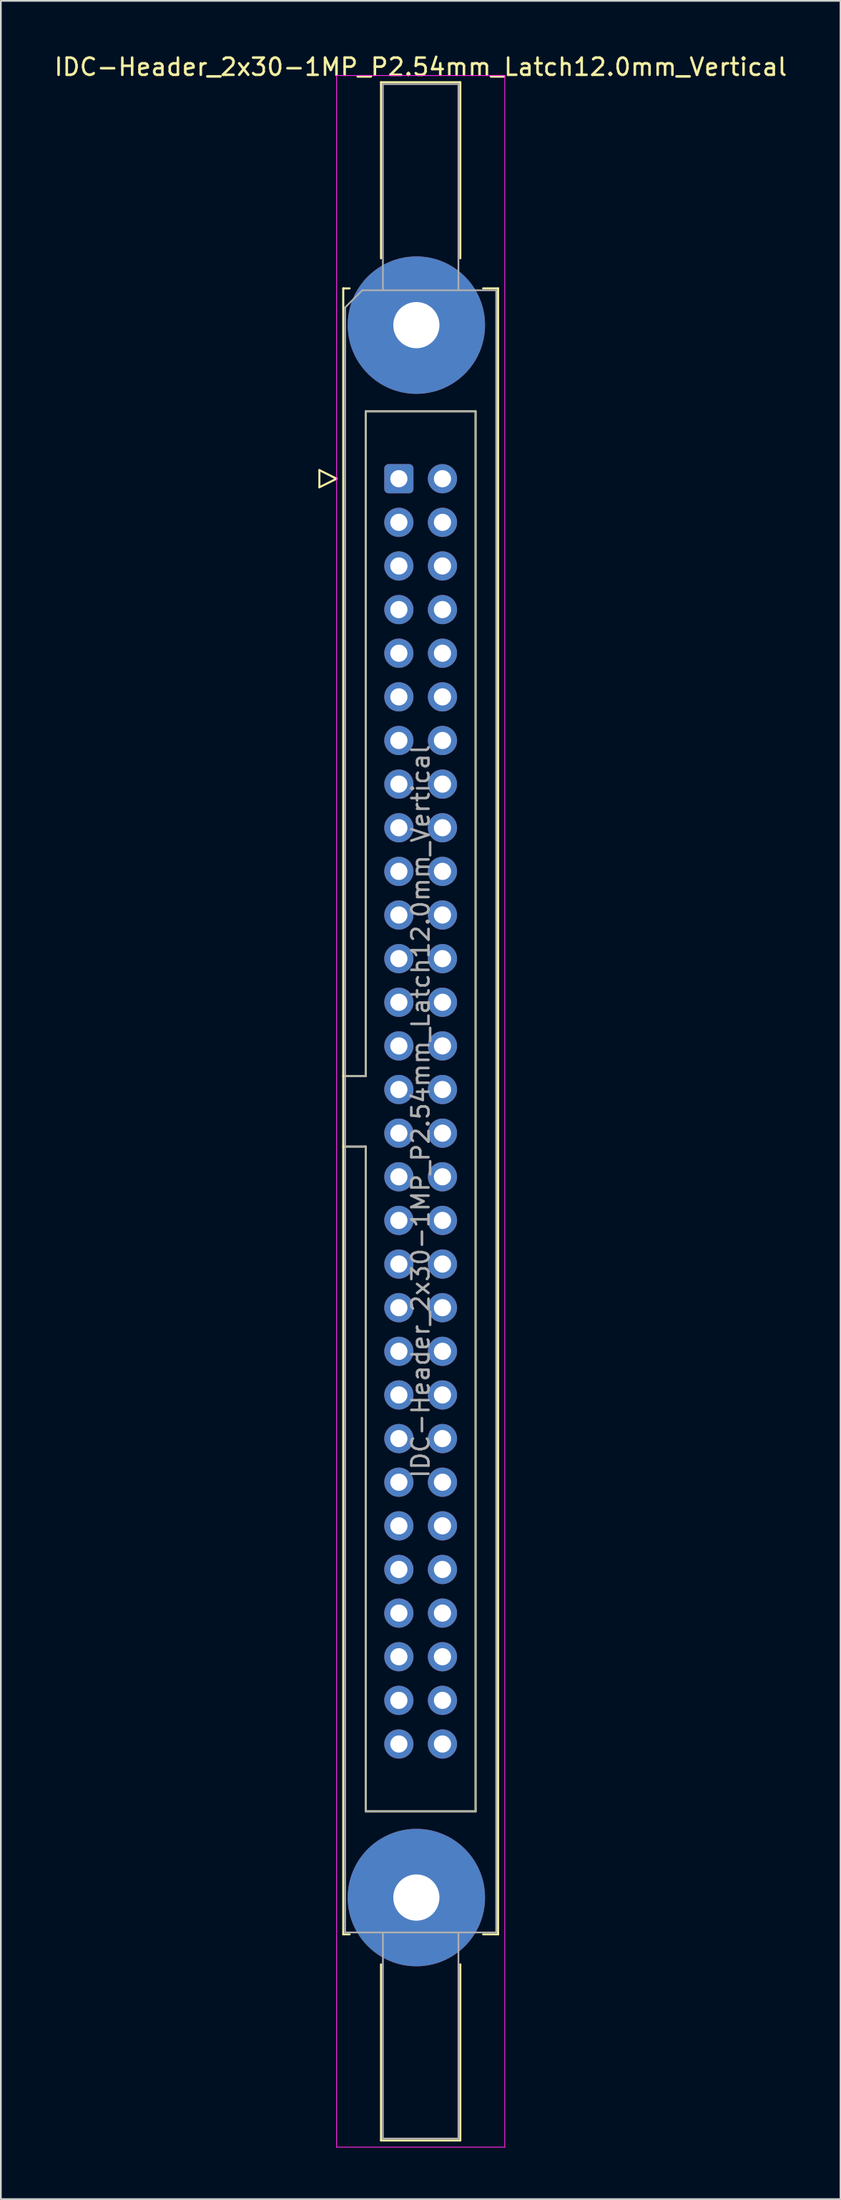
<source format=kicad_pcb>
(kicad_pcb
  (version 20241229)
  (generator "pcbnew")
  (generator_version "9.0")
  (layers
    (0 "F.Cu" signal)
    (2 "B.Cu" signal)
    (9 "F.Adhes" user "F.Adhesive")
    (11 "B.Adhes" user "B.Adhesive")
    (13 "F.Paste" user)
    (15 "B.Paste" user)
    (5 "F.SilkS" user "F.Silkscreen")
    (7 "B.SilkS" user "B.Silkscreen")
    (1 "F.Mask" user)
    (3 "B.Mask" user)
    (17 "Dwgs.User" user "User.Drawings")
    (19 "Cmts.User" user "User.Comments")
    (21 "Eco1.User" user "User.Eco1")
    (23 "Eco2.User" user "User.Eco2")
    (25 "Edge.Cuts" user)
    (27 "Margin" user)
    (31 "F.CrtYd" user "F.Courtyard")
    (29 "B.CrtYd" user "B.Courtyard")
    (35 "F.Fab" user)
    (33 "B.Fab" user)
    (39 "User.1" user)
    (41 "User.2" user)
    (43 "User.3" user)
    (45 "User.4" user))
  (footprint "IDC-Header_2x30-1MP_P2.54mm_Latch12.0mm_Vertical"
    (layer "F.Cu")
    (at 20.188 24.818)
    (property "Reference" "IDC-Header_2x30-1MP_P2.54mm_Latch12.0mm_Vertical" (at 1.27 -23.97 0) (layer "F.SilkS") (effects (font (size 1 1) (thickness 0.15))))
    (attr through_hole)
    (fp_line (start -4.63 -0.5) (end -4.63 0.5) (stroke (width 0.12) (type solid)) (layer "F.SilkS"))
    (fp_line (start -4.63 0.5) (end -3.63 0) (stroke (width 0.12) (type solid)) (layer "F.SilkS"))
    (fp_line (start -3.63 0) (end -4.63 -0.5) (stroke (width 0.12) (type solid)) (layer "F.SilkS"))
    (fp_line (start -3.24 -11.08) (end -3.24 84.74) (stroke (width 0.12) (type solid)) (layer "F.SilkS"))
    (fp_line (start -3.24 34.78) (end -1.93 34.78) (stroke (width 0.12) (type solid)) (layer "F.SilkS"))
    (fp_line (start -3.24 84.74) (end -2.87 84.74) (stroke (width 0.12) (type solid)) (layer "F.SilkS"))
    (fp_line (start -2.87 -11.08) (end -3.24 -11.08) (stroke (width 0.12) (type solid)) (layer "F.SilkS"))
    (fp_line (start -1.93 -3.92) (end 4.47 -3.92) (stroke (width 0.12) (type solid)) (layer "F.SilkS"))
    (fp_line (start -1.93 34.78) (end -1.93 -3.92) (stroke (width 0.12) (type solid)) (layer "F.SilkS"))
    (fp_line (start -1.93 38.88) (end -3.24 38.88) (stroke (width 0.12) (type solid)) (layer "F.SilkS"))
    (fp_line (start -1.93 38.88) (end -1.93 38.88) (stroke (width 0.12) (type solid)) (layer "F.SilkS"))
    (fp_line (start -1.93 77.58) (end -1.93 38.88) (stroke (width 0.12) (type solid)) (layer "F.SilkS"))
    (fp_line (start -1.04 -23.08) (end 3.58 -23.08) (stroke (width 0.12) (type solid)) (layer "F.SilkS"))
    (fp_line (start -1.04 -12.83) (end -1.04 -23.08) (stroke (width 0.12) (type solid)) (layer "F.SilkS"))
    (fp_line (start -1.04 86.49) (end -1.04 96.74) (stroke (width 0.12) (type solid)) (layer "F.SilkS"))
    (fp_line (start -1.04 96.74) (end 3.58 96.74) (stroke (width 0.12) (type solid)) (layer "F.SilkS"))
    (fp_line (start 3.58 -23.08) (end 3.58 -12.83) (stroke (width 0.12) (type solid)) (layer "F.SilkS"))
    (fp_line (start 3.58 96.74) (end 3.58 86.49) (stroke (width 0.12) (type solid)) (layer "F.SilkS"))
    (fp_line (start 4.47 -3.92) (end 4.47 77.58) (stroke (width 0.12) (type solid)) (layer "F.SilkS"))
    (fp_line (start 4.47 77.58) (end -1.93 77.58) (stroke (width 0.12) (type solid)) (layer "F.SilkS"))
    (fp_line (start 4.91 -11.08) (end 5.78 -11.08) (stroke (width 0.12) (type solid)) (layer "F.SilkS"))
    (fp_line (start 5.78 -11.08) (end 5.78 84.74) (stroke (width 0.12) (type solid)) (layer "F.SilkS"))
    (fp_line (start 5.78 84.74) (end 4.91 84.74) (stroke (width 0.12) (type solid)) (layer "F.SilkS"))
    (fp_line (start -3.63 -23.47) (end -3.63 97.13) (stroke (width 0.05) (type solid)) (layer "F.CrtYd"))
    (fp_line (start -3.63 97.13) (end 6.17 97.13) (stroke (width 0.05) (type solid)) (layer "F.CrtYd"))
    (fp_line (start 6.17 -23.47) (end -3.63 -23.47) (stroke (width 0.05) (type solid)) (layer "F.CrtYd"))
    (fp_line (start 6.17 97.13) (end 6.17 -23.47) (stroke (width 0.05) (type solid)) (layer "F.CrtYd"))
    (fp_line (start -3.13 -9.97) (end -2.13 -10.97) (stroke (width 0.1) (type solid)) (layer "F.Fab"))
    (fp_line (start -3.13 34.78) (end -1.93 34.78) (stroke (width 0.1) (type solid)) (layer "F.Fab"))
    (fp_line (start -3.13 84.63) (end -3.13 -9.97) (stroke (width 0.1) (type solid)) (layer "F.Fab"))
    (fp_line (start -2.13 -10.97) (end 5.67 -10.97) (stroke (width 0.1) (type solid)) (layer "F.Fab"))
    (fp_line (start -1.93 -3.92) (end 4.47 -3.92) (stroke (width 0.1) (type solid)) (layer "F.Fab"))
    (fp_line (start -1.93 34.78) (end -1.93 -3.92) (stroke (width 0.1) (type solid)) (layer "F.Fab"))
    (fp_line (start -1.93 38.88) (end -3.13 38.88) (stroke (width 0.1) (type solid)) (layer "F.Fab"))
    (fp_line (start -1.93 38.88) (end -1.93 38.88) (stroke (width 0.1) (type solid)) (layer "F.Fab"))
    (fp_line (start -1.93 77.58) (end -1.93 38.88) (stroke (width 0.1) (type solid)) (layer "F.Fab"))
    (fp_line (start -0.93 -22.97) (end 3.47 -22.97) (stroke (width 0.1) (type solid)) (layer "F.Fab"))
    (fp_line (start -0.93 -10.97) (end -0.93 -22.97) (stroke (width 0.1) (type solid)) (layer "F.Fab"))
    (fp_line (start -0.93 84.63) (end -0.93 96.63) (stroke (width 0.1) (type solid)) (layer "F.Fab"))
    (fp_line (start -0.93 96.63) (end 3.47 96.63) (stroke (width 0.1) (type solid)) (layer "F.Fab"))
    (fp_line (start 3.47 -22.97) (end 3.47 -10.97) (stroke (width 0.1) (type solid)) (layer "F.Fab"))
    (fp_line (start 3.47 96.63) (end 3.47 84.63) (stroke (width 0.1) (type solid)) (layer "F.Fab"))
    (fp_line (start 4.47 -3.92) (end 4.47 77.58) (stroke (width 0.1) (type solid)) (layer "F.Fab"))
    (fp_line (start 4.47 77.58) (end -1.93 77.58) (stroke (width 0.1) (type solid)) (layer "F.Fab"))
    (fp_line (start 5.67 -10.97) (end 5.67 84.63) (stroke (width 0.1) (type solid)) (layer "F.Fab"))
    (fp_line (start 5.67 84.63) (end -3.13 84.63) (stroke (width 0.1) (type solid)) (layer "F.Fab"))
    (fp_text user "${REFERENCE}" (at 1.27 36.83 90) (layer "F.Fab") (effects (font (size 1 1) (thickness 0.15))))
    (pad "1" thru_hole roundrect (at 0 0) (size 1.7 1.7) (drill 1) (layers "*.Cu" "*.Mask") (roundrect_rratio 0.147))
    (pad "2" thru_hole circle (at 2.54 0) (size 1.7 1.7) (drill 1) (layers "*.Cu" "*.Mask"))
    (pad "3" thru_hole circle (at 0 2.54) (size 1.7 1.7) (drill 1) (layers "*.Cu" "*.Mask"))
    (pad "4" thru_hole circle (at 2.54 2.54) (size 1.7 1.7) (drill 1) (layers "*.Cu" "*.Mask"))
    (pad "5" thru_hole circle (at 0 5.08) (size 1.7 1.7) (drill 1) (layers "*.Cu" "*.Mask"))
    (pad "6" thru_hole circle (at 2.54 5.08) (size 1.7 1.7) (drill 1) (layers "*.Cu" "*.Mask"))
    (pad "7" thru_hole circle (at 0 7.62) (size 1.7 1.7) (drill 1) (layers "*.Cu" "*.Mask"))
    (pad "8" thru_hole circle (at 2.54 7.62) (size 1.7 1.7) (drill 1) (layers "*.Cu" "*.Mask"))
    (pad "9" thru_hole circle (at 0 10.16) (size 1.7 1.7) (drill 1) (layers "*.Cu" "*.Mask"))
    (pad "10" thru_hole circle (at 2.54 10.16) (size 1.7 1.7) (drill 1) (layers "*.Cu" "*.Mask"))
    (pad "11" thru_hole circle (at 0 12.7) (size 1.7 1.7) (drill 1) (layers "*.Cu" "*.Mask"))
    (pad "12" thru_hole circle (at 2.54 12.7) (size 1.7 1.7) (drill 1) (layers "*.Cu" "*.Mask"))
    (pad "13" thru_hole circle (at 0 15.24) (size 1.7 1.7) (drill 1) (layers "*.Cu" "*.Mask"))
    (pad "14" thru_hole circle (at 2.54 15.24) (size 1.7 1.7) (drill 1) (layers "*.Cu" "*.Mask"))
    (pad "15" thru_hole circle (at 0 17.78) (size 1.7 1.7) (drill 1) (layers "*.Cu" "*.Mask"))
    (pad "16" thru_hole circle (at 2.54 17.78) (size 1.7 1.7) (drill 1) (layers "*.Cu" "*.Mask"))
    (pad "17" thru_hole circle (at 0 20.32) (size 1.7 1.7) (drill 1) (layers "*.Cu" "*.Mask"))
    (pad "18" thru_hole circle (at 2.54 20.32) (size 1.7 1.7) (drill 1) (layers "*.Cu" "*.Mask"))
    (pad "19" thru_hole circle (at 0 22.86) (size 1.7 1.7) (drill 1) (layers "*.Cu" "*.Mask"))
    (pad "20" thru_hole circle (at 2.54 22.86) (size 1.7 1.7) (drill 1) (layers "*.Cu" "*.Mask"))
    (pad "21" thru_hole circle (at 0 25.4) (size 1.7 1.7) (drill 1) (layers "*.Cu" "*.Mask"))
    (pad "22" thru_hole circle (at 2.54 25.4) (size 1.7 1.7) (drill 1) (layers "*.Cu" "*.Mask"))
    (pad "23" thru_hole circle (at 0 27.94) (size 1.7 1.7) (drill 1) (layers "*.Cu" "*.Mask"))
    (pad "24" thru_hole circle (at 2.54 27.94) (size 1.7 1.7) (drill 1) (layers "*.Cu" "*.Mask"))
    (pad "25" thru_hole circle (at 0 30.48) (size 1.7 1.7) (drill 1) (layers "*.Cu" "*.Mask"))
    (pad "26" thru_hole circle (at 2.54 30.48) (size 1.7 1.7) (drill 1) (layers "*.Cu" "*.Mask"))
    (pad "27" thru_hole circle (at 0 33.02) (size 1.7 1.7) (drill 1) (layers "*.Cu" "*.Mask"))
    (pad "28" thru_hole circle (at 2.54 33.02) (size 1.7 1.7) (drill 1) (layers "*.Cu" "*.Mask"))
    (pad "29" thru_hole circle (at 0 35.56) (size 1.7 1.7) (drill 1) (layers "*.Cu" "*.Mask"))
    (pad "30" thru_hole circle (at 2.54 35.56) (size 1.7 1.7) (drill 1) (layers "*.Cu" "*.Mask"))
    (pad "31" thru_hole circle (at 0 38.1) (size 1.7 1.7) (drill 1) (layers "*.Cu" "*.Mask"))
    (pad "32" thru_hole circle (at 2.54 38.1) (size 1.7 1.7) (drill 1) (layers "*.Cu" "*.Mask"))
    (pad "33" thru_hole circle (at 0 40.64) (size 1.7 1.7) (drill 1) (layers "*.Cu" "*.Mask"))
    (pad "34" thru_hole circle (at 2.54 40.64) (size 1.7 1.7) (drill 1) (layers "*.Cu" "*.Mask"))
    (pad "35" thru_hole circle (at 0 43.18) (size 1.7 1.7) (drill 1) (layers "*.Cu" "*.Mask"))
    (pad "36" thru_hole circle (at 2.54 43.18) (size 1.7 1.7) (drill 1) (layers "*.Cu" "*.Mask"))
    (pad "37" thru_hole circle (at 0 45.72) (size 1.7 1.7) (drill 1) (layers "*.Cu" "*.Mask"))
    (pad "38" thru_hole circle (at 2.54 45.72) (size 1.7 1.7) (drill 1) (layers "*.Cu" "*.Mask"))
    (pad "39" thru_hole circle (at 0 48.26) (size 1.7 1.7) (drill 1) (layers "*.Cu" "*.Mask"))
    (pad "40" thru_hole circle (at 2.54 48.26) (size 1.7 1.7) (drill 1) (layers "*.Cu" "*.Mask"))
    (pad "41" thru_hole circle (at 0 50.8) (size 1.7 1.7) (drill 1) (layers "*.Cu" "*.Mask"))
    (pad "42" thru_hole circle (at 2.54 50.8) (size 1.7 1.7) (drill 1) (layers "*.Cu" "*.Mask"))
    (pad "43" thru_hole circle (at 0 53.34) (size 1.7 1.7) (drill 1) (layers "*.Cu" "*.Mask"))
    (pad "44" thru_hole circle (at 2.54 53.34) (size 1.7 1.7) (drill 1) (layers "*.Cu" "*.Mask"))
    (pad "45" thru_hole circle (at 0 55.88) (size 1.7 1.7) (drill 1) (layers "*.Cu" "*.Mask"))
    (pad "46" thru_hole circle (at 2.54 55.88) (size 1.7 1.7) (drill 1) (layers "*.Cu" "*.Mask"))
    (pad "47" thru_hole circle (at 0 58.42) (size 1.7 1.7) (drill 1) (layers "*.Cu" "*.Mask"))
    (pad "48" thru_hole circle (at 2.54 58.42) (size 1.7 1.7) (drill 1) (layers "*.Cu" "*.Mask"))
    (pad "49" thru_hole circle (at 0 60.96) (size 1.7 1.7) (drill 1) (layers "*.Cu" "*.Mask"))
    (pad "50" thru_hole circle (at 2.54 60.96) (size 1.7 1.7) (drill 1) (layers "*.Cu" "*.Mask"))
    (pad "51" thru_hole circle (at 0 63.5) (size 1.7 1.7) (drill 1) (layers "*.Cu" "*.Mask"))
    (pad "52" thru_hole circle (at 2.54 63.5) (size 1.7 1.7) (drill 1) (layers "*.Cu" "*.Mask"))
    (pad "53" thru_hole circle (at 0 66.04) (size 1.7 1.7) (drill 1) (layers "*.Cu" "*.Mask"))
    (pad "54" thru_hole circle (at 2.54 66.04) (size 1.7 1.7) (drill 1) (layers "*.Cu" "*.Mask"))
    (pad "55" thru_hole circle (at 0 68.58) (size 1.7 1.7) (drill 1) (layers "*.Cu" "*.Mask"))
    (pad "56" thru_hole circle (at 2.54 68.58) (size 1.7 1.7) (drill 1) (layers "*.Cu" "*.Mask"))
    (pad "57" thru_hole circle (at 0 71.12) (size 1.7 1.7) (drill 1) (layers "*.Cu" "*.Mask"))
    (pad "58" thru_hole circle (at 2.54 71.12) (size 1.7 1.7) (drill 1) (layers "*.Cu" "*.Mask"))
    (pad "59" thru_hole circle (at 0 73.66) (size 1.7 1.7) (drill 1) (layers "*.Cu" "*.Mask"))
    (pad "60" thru_hole circle (at 2.54 73.66) (size 1.7 1.7) (drill 1) (layers "*.Cu" "*.Mask"))
    (pad "MP" thru_hole circle (at 1.02 -8.94) (size 8 8) (drill 2.69) (layers "*.Cu" "*.Mask"))
    (pad "MP" thru_hole circle (at 1.02 82.6) (size 8 8) (drill 2.69) (layers "*.Cu" "*.Mask")))
  (gr_rect
    (start -3 -3)
    (end 45.917 124.973)
    (stroke (width 0.1) (type default))
    (fill no)
    (layer "Edge.Cuts")))
</source>
